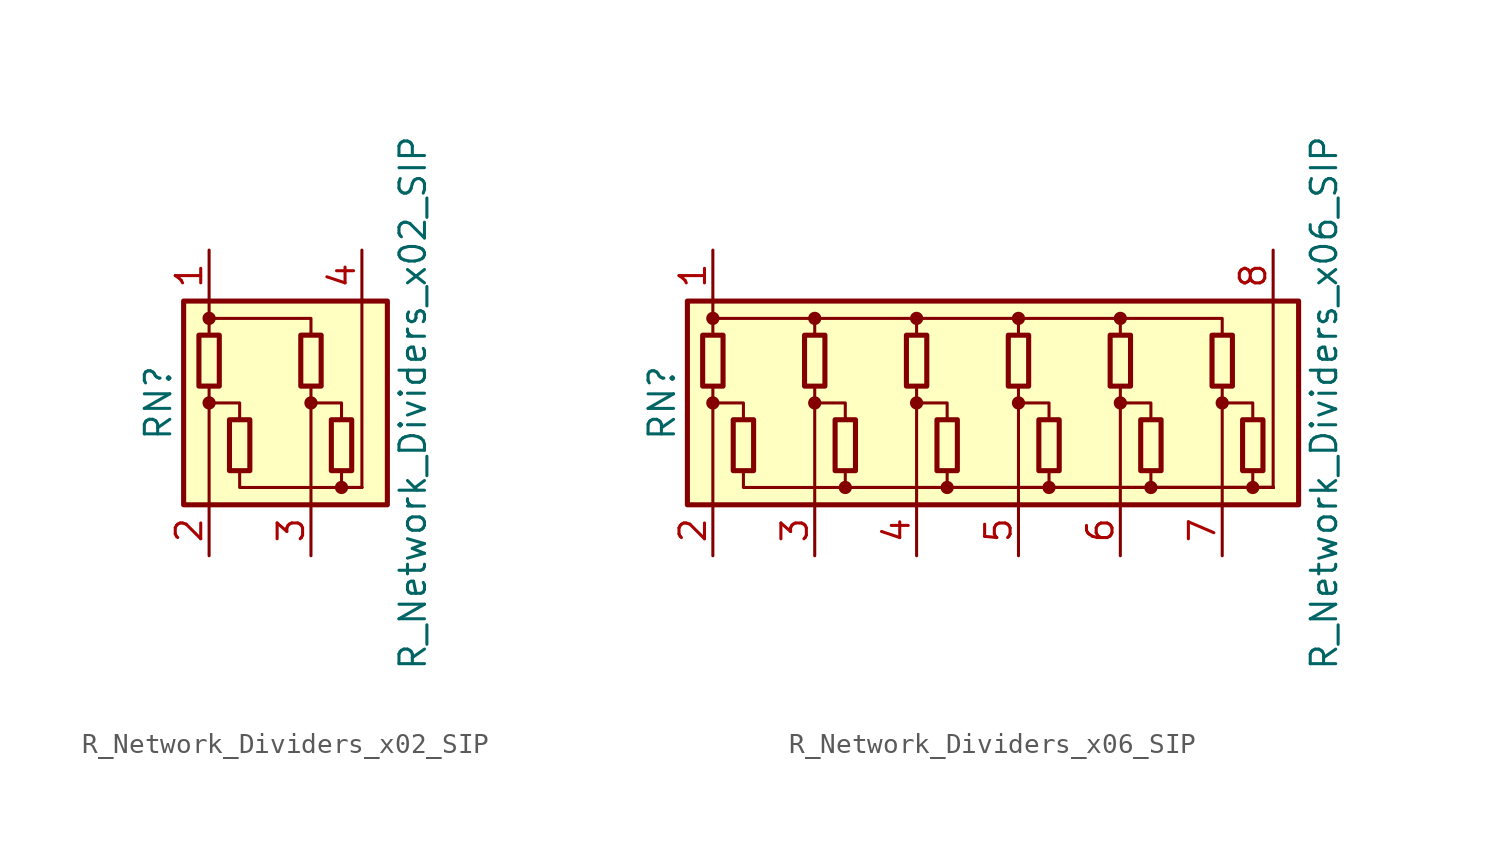
<source format=kicad_sym>
(kicad_symbol_lib
  (version 20211014)
  (generator kicad_symbol_editor)
  (symbol "R_Network_Dividers_x02_SIP"
    (pin_names
      (offset 0) hide)
    (property "Reference" "RN"
      (at -7.62 0 90)
      (effects (font (size 1.27 1.27))))
    (property "Value" "R_Network_Dividers_x02_SIP"
      (at 5.08 0 90)
      (effects (font (size 1.27 1.27))))
    (symbol "R_Network_Dividers_x02_SIP_0_1"
      (rectangle (start -6.35 -5.08) (end 3.81 5.08) (stroke (width 0.254) (type default) (color 0 0 0 0)) (fill (type background)))
      (rectangle (start -5.588 3.378) (end -4.572 0.838) (stroke (width 0.254) (type default) (color 0 0 0 0)) (fill (type none)))
      (circle (center -5.08 0) (radius 0.254) (stroke (width 0) (type default) (color 0 0 0 0)) (fill (type outline)))
      (circle (center -5.08 4.216) (radius 0.254) (stroke (width 0) (type default) (color 0 0 0 0)) (fill (type outline)))
      (rectangle (start -4.064 -3.378) (end -3.048 -0.838) (stroke (width 0.254) (type default) (color 0 0 0 0)) (fill (type none)))
      (rectangle (start -0.508 3.378) (end 0.508 0.838) (stroke (width 0.254) (type default) (color 0 0 0 0)) (fill (type none)))
      (polyline (pts (xy -5.08 -5.08) (xy -5.08 0.838)) (stroke (width 0) (type default) (color 0 0 0 0)) (fill (type none)))
      (polyline (pts (xy -5.08 5.08) (xy -5.08 3.378)) (stroke (width 0) (type default) (color 0 0 0 0)) (fill (type none)))
      (polyline (pts (xy 0 -5.08) (xy 0 0.838)) (stroke (width 0) (type default) (color 0 0 0 0)) (fill (type none)))
      (polyline (pts (xy 2.54 -4.216) (xy 2.54 5.08)) (stroke (width 0) (type default) (color 0 0 0 0)) (fill (type none)))
      (polyline (pts (xy -5.08 0) (xy -3.556 0) (xy -3.556 -0.838)) (stroke (width 0) (type default) (color 0 0 0 0)) (fill (type none)))
      (polyline (pts (xy -5.08 4.216) (xy 0 4.216) (xy 0 3.378)) (stroke (width 0) (type default) (color 0 0 0 0)) (fill (type none)))
      (polyline (pts (xy -3.556 -3.378) (xy -3.556 -4.216) (xy 2.54 -4.216)) (stroke (width 0) (type default) (color 0 0 0 0)) (fill (type none)))
      (polyline (pts (xy 0 0) (xy 1.524 0) (xy 1.524 -0.838)) (stroke (width 0) (type default) (color 0 0 0 0)) (fill (type none)))
      (polyline (pts (xy 1.524 -3.378) (xy 1.524 -4.216) (xy 2.54 -4.216)) (stroke (width 0) (type default) (color 0 0 0 0)) (fill (type none)))
      (circle (center 0 0) (radius 0.254) (stroke (width 0) (type default) (color 0 0 0 0)) (fill (type outline)))
      (rectangle (start 1.016 -3.378) (end 2.032 -0.838) (stroke (width 0.254) (type default) (color 0 0 0 0)) (fill (type none)))
      (circle (center 1.524 -4.216) (radius 0.254) (stroke (width 0) (type default) (color 0 0 0 0)) (fill (type outline))))
    (symbol "R_Network_Dividers_x02_SIP_1_1"
      (pin passive line (at -5.08 7.62 270) (length 2.54) (name "COM1" (effects (font (size 1.27 1.27)))) (number "1" (effects (font (size 1.27 1.27)))))
      (pin passive line (at -5.08 -7.62 90) (length 2.54) (name "R1" (effects (font (size 1.27 1.27)))) (number "2" (effects (font (size 1.27 1.27)))))
      (pin passive line (at 0 -7.62 90) (length 2.54) (name "R2" (effects (font (size 1.27 1.27)))) (number "3" (effects (font (size 1.27 1.27)))))
      (pin passive line (at 2.54 7.62 270) (length 2.54) (name "COM2" (effects (font (size 1.27 1.27)))) (number "4" (effects (font (size 1.27 1.27)))))))
  (symbol "R_Network_Dividers_x06_SIP"
    (pin_names
      (offset 0) hide)
    (property "Reference" "RN"
      (at -17.78 0 90)
      (effects (font (size 1.27 1.27))))
    (property "Value" "R_Network_Dividers_x06_SIP"
      (at 15.24 0 90)
      (effects (font (size 1.27 1.27))))
    (symbol "R_Network_Dividers_x06_SIP_0_1"
      (rectangle (start -16.51 -5.08) (end 13.97 5.08) (stroke (width 0.254) (type default) (color 0 0 0 0)) (fill (type background)))
      (rectangle (start -15.748 3.378) (end -14.732 0.838) (stroke (width 0.254) (type default) (color 0 0 0 0)) (fill (type none)))
      (circle (center -15.24 0) (radius 0.254) (stroke (width 0) (type default) (color 0 0 0 0)) (fill (type outline)))
      (circle (center -15.24 4.216) (radius 0.254) (stroke (width 0) (type default) (color 0 0 0 0)) (fill (type outline)))
      (rectangle (start -14.224 -3.378) (end -13.208 -0.838) (stroke (width 0.254) (type default) (color 0 0 0 0)) (fill (type none)))
      (rectangle (start -10.668 3.378) (end -9.652 0.838) (stroke (width 0.254) (type default) (color 0 0 0 0)) (fill (type none)))
      (circle (center -10.16 0) (radius 0.254) (stroke (width 0) (type default) (color 0 0 0 0)) (fill (type outline)))
      (circle (center -10.16 4.216) (radius 0.254) (stroke (width 0) (type default) (color 0 0 0 0)) (fill (type outline)))
      (rectangle (start -9.144 -3.378) (end -8.128 -0.838) (stroke (width 0.254) (type default) (color 0 0 0 0)) (fill (type none)))
      (circle (center -8.636 -4.216) (radius 0.254) (stroke (width 0) (type default) (color 0 0 0 0)) (fill (type outline)))
      (rectangle (start -5.588 3.378) (end -4.572 0.838) (stroke (width 0.254) (type default) (color 0 0 0 0)) (fill (type none)))
      (circle (center -5.08 0) (radius 0.254) (stroke (width 0) (type default) (color 0 0 0 0)) (fill (type outline)))
      (circle (center -5.08 4.216) (radius 0.254) (stroke (width 0) (type default) (color 0 0 0 0)) (fill (type outline)))
      (rectangle (start -4.064 -3.378) (end -3.048 -0.838) (stroke (width 0.254) (type default) (color 0 0 0 0)) (fill (type none)))
      (circle (center -3.556 -4.216) (radius 0.254) (stroke (width 0) (type default) (color 0 0 0 0)) (fill (type outline)))
      (rectangle (start -0.508 3.378) (end 0.508 0.838) (stroke (width 0.254) (type default) (color 0 0 0 0)) (fill (type none)))
      (polyline (pts (xy -15.24 -5.08) (xy -15.24 0.838)) (stroke (width 0) (type default) (color 0 0 0 0)) (fill (type none)))
      (polyline (pts (xy -15.24 5.08) (xy -15.24 3.378)) (stroke (width 0) (type default) (color 0 0 0 0)) (fill (type none)))
      (polyline (pts (xy -10.16 -5.08) (xy -10.16 0.838)) (stroke (width 0) (type default) (color 0 0 0 0)) (fill (type none)))
      (polyline (pts (xy -5.08 -5.08) (xy -5.08 0.838)) (stroke (width 0) (type default) (color 0 0 0 0)) (fill (type none)))
      (polyline (pts (xy 0 -5.08) (xy 0 0.838)) (stroke (width 0) (type default) (color 0 0 0 0)) (fill (type none)))
      (polyline (pts (xy 5.08 -5.08) (xy 5.08 0.838)) (stroke (width 0) (type default) (color 0 0 0 0)) (fill (type none)))
      (polyline (pts (xy 10.16 -5.08) (xy 10.16 0.838)) (stroke (width 0) (type default) (color 0 0 0 0)) (fill (type none)))
      (polyline (pts (xy 12.7 -4.216) (xy 12.7 5.08)) (stroke (width 0) (type default) (color 0 0 0 0)) (fill (type none)))
      (polyline (pts (xy -15.24 0) (xy -13.716 0) (xy -13.716 -0.838)) (stroke (width 0) (type default) (color 0 0 0 0)) (fill (type none)))
      (polyline (pts (xy -15.24 4.216) (xy -10.16 4.216) (xy -10.16 3.378)) (stroke (width 0) (type default) (color 0 0 0 0)) (fill (type none)))
      (polyline (pts (xy -13.716 -3.378) (xy -13.716 -4.216) (xy 12.7 -4.216)) (stroke (width 0) (type default) (color 0 0 0 0)) (fill (type none)))
      (polyline (pts (xy -10.16 0) (xy -8.636 0) (xy -8.636 -0.838)) (stroke (width 0) (type default) (color 0 0 0 0)) (fill (type none)))
      (polyline (pts (xy -10.16 4.216) (xy -5.08 4.216) (xy -5.08 3.378)) (stroke (width 0) (type default) (color 0 0 0 0)) (fill (type none)))
      (polyline (pts (xy -8.636 -3.378) (xy -8.636 -4.216) (xy 12.7 -4.216)) (stroke (width 0) (type default) (color 0 0 0 0)) (fill (type none)))
      (polyline (pts (xy -5.08 0) (xy -3.556 0) (xy -3.556 -0.838)) (stroke (width 0) (type default) (color 0 0 0 0)) (fill (type none)))
      (polyline (pts (xy -5.08 4.216) (xy 0 4.216) (xy 0 3.378)) (stroke (width 0) (type default) (color 0 0 0 0)) (fill (type none)))
      (polyline (pts (xy -3.556 -3.378) (xy -3.556 -4.216) (xy 12.7 -4.216)) (stroke (width 0) (type default) (color 0 0 0 0)) (fill (type none)))
      (polyline (pts (xy 0 0) (xy 1.524 0) (xy 1.524 -0.838)) (stroke (width 0) (type default) (color 0 0 0 0)) (fill (type none)))
      (polyline (pts (xy 0 4.216) (xy 5.08 4.216) (xy 5.08 3.378)) (stroke (width 0) (type default) (color 0 0 0 0)) (fill (type none)))
      (polyline (pts (xy 1.524 -3.378) (xy 1.524 -4.216) (xy 12.7 -4.216)) (stroke (width 0) (type default) (color 0 0 0 0)) (fill (type none)))
      (polyline (pts (xy 5.08 0) (xy 6.604 0) (xy 6.604 -0.838)) (stroke (width 0) (type default) (color 0 0 0 0)) (fill (type none)))
      (polyline (pts (xy 5.08 4.216) (xy 10.16 4.216) (xy 10.16 3.378)) (stroke (width 0) (type default) (color 0 0 0 0)) (fill (type none)))
      (polyline (pts (xy 6.604 -3.378) (xy 6.604 -4.216) (xy 12.7 -4.216)) (stroke (width 0) (type default) (color 0 0 0 0)) (fill (type none)))
      (polyline (pts (xy 10.16 0) (xy 11.684 0) (xy 11.684 -0.838)) (stroke (width 0) (type default) (color 0 0 0 0)) (fill (type none)))
      (polyline (pts (xy 11.684 -3.378) (xy 11.684 -4.216) (xy 12.7 -4.216)) (stroke (width 0) (type default) (color 0 0 0 0)) (fill (type none)))
      (circle (center 0 0) (radius 0.254) (stroke (width 0) (type default) (color 0 0 0 0)) (fill (type outline)))
      (circle (center 0 4.216) (radius 0.254) (stroke (width 0) (type default) (color 0 0 0 0)) (fill (type outline)))
      (rectangle (start 1.016 -3.378) (end 2.032 -0.838) (stroke (width 0.254) (type default) (color 0 0 0 0)) (fill (type none)))
      (circle (center 1.524 -4.216) (radius 0.254) (stroke (width 0) (type default) (color 0 0 0 0)) (fill (type outline)))
      (rectangle (start 4.572 3.378) (end 5.588 0.838) (stroke (width 0.254) (type default) (color 0 0 0 0)) (fill (type none)))
      (circle (center 5.08 0) (radius 0.254) (stroke (width 0) (type default) (color 0 0 0 0)) (fill (type outline)))
      (circle (center 5.08 4.216) (radius 0.254) (stroke (width 0) (type default) (color 0 0 0 0)) (fill (type outline)))
      (rectangle (start 6.096 -3.378) (end 7.112 -0.838) (stroke (width 0.254) (type default) (color 0 0 0 0)) (fill (type none)))
      (circle (center 6.604 -4.216) (radius 0.254) (stroke (width 0) (type default) (color 0 0 0 0)) (fill (type outline)))
      (rectangle (start 9.652 3.378) (end 10.668 0.838) (stroke (width 0.254) (type default) (color 0 0 0 0)) (fill (type none)))
      (circle (center 10.16 0) (radius 0.254) (stroke (width 0) (type default) (color 0 0 0 0)) (fill (type outline)))
      (rectangle (start 11.176 -3.378) (end 12.192 -0.838) (stroke (width 0.254) (type default) (color 0 0 0 0)) (fill (type none)))
      (circle (center 11.684 -4.216) (radius 0.254) (stroke (width 0) (type default) (color 0 0 0 0)) (fill (type outline))))
    (symbol "R_Network_Dividers_x06_SIP_1_1"
      (pin passive line (at -15.24 7.62 270) (length 2.54) (name "COM1" (effects (font (size 1.27 1.27)))) (number "1" (effects (font (size 1.27 1.27)))))
      (pin passive line (at -15.24 -7.62 90) (length 2.54) (name "R1" (effects (font (size 1.27 1.27)))) (number "2" (effects (font (size 1.27 1.27)))))
      (pin passive line (at -10.16 -7.62 90) (length 2.54) (name "R2" (effects (font (size 1.27 1.27)))) (number "3" (effects (font (size 1.27 1.27)))))
      (pin passive line (at -5.08 -7.62 90) (length 2.54) (name "R3" (effects (font (size 1.27 1.27)))) (number "4" (effects (font (size 1.27 1.27)))))
      (pin passive line (at 0 -7.62 90) (length 2.54) (name "R4" (effects (font (size 1.27 1.27)))) (number "5" (effects (font (size 1.27 1.27)))))
      (pin passive line (at 5.08 -7.62 90) (length 2.54) (name "R5" (effects (font (size 1.27 1.27)))) (number "6" (effects (font (size 1.27 1.27)))))
      (pin passive line (at 10.16 -7.62 90) (length 2.54) (name "R6" (effects (font (size 1.27 1.27)))) (number "7" (effects (font (size 1.27 1.27)))))
      (pin passive line (at 12.7 7.62 270) (length 2.54) (name "COM2" (effects (font (size 1.27 1.27)))) (number "8" (effects (font (size 1.27 1.27))))))))
</source>
